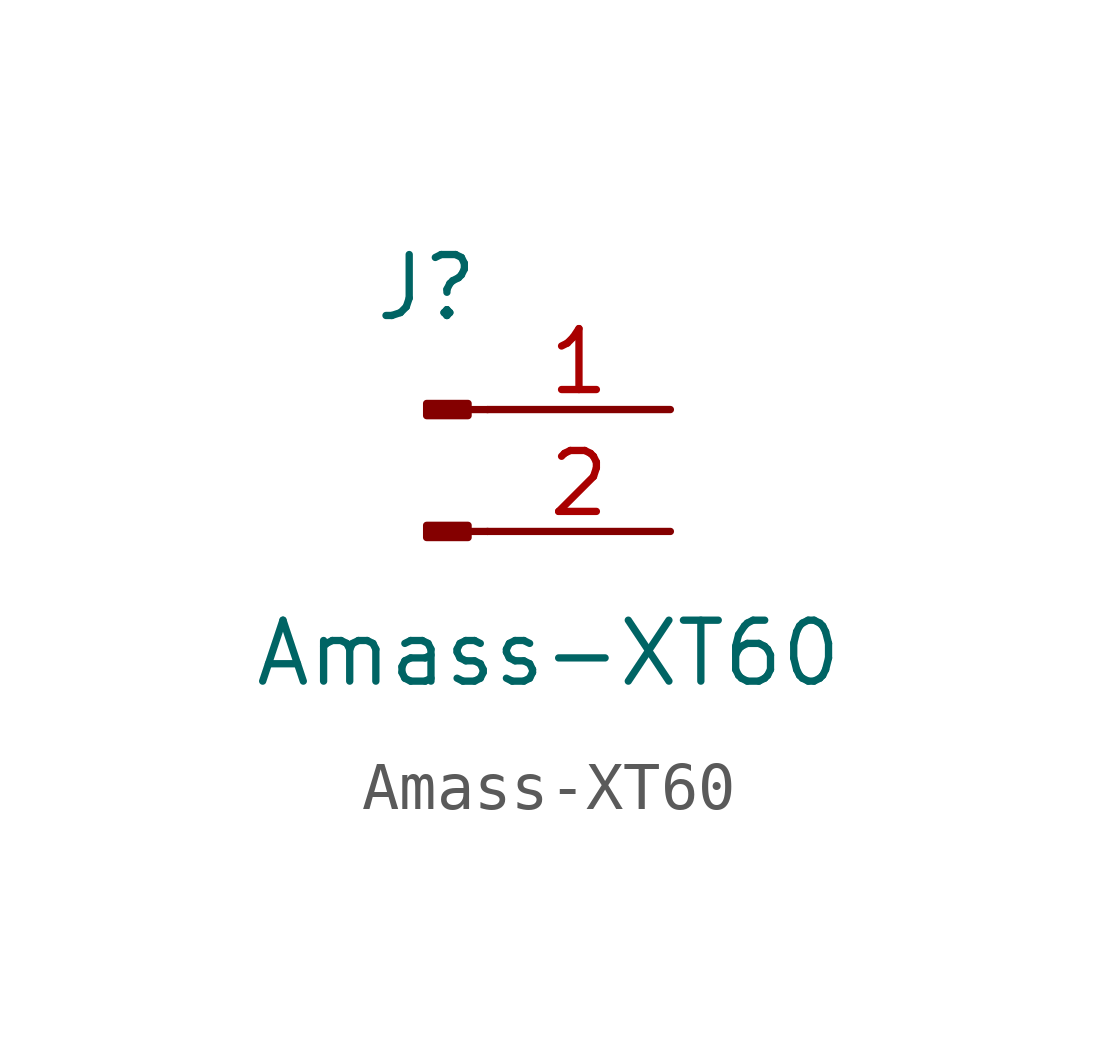
<source format=kicad_sym>
(kicad_symbol_lib
  (version 20220914)
  (generator kicad_symbol_editor)
  (symbol "Amass-XT60"
    (pin_names
      (offset 1.016) hide)
    (property "Reference" "J"
      (at -5.08 2.54 0)
      (effects (font (size 1.27 1.27))))
    (property "Value" "Amass-XT60"
      (at -2.54 -5.08 0)
      (effects (font (size 1.27 1.27))))
    (symbol "Amass-XT60_1_1"
      (rectangle (start -4.216 -2.413) (end -5.08 -2.667) (stroke (width 0.152) (type default)) (fill (type outline)))
      (rectangle (start -4.216 0.127) (end -5.08 -0.127) (stroke (width 0.152) (type default)) (fill (type outline)))
      (polyline (pts (xy -3.81 -2.54) (xy -4.216 -2.54)) (stroke (width 0.152) (type default)) (fill (type none)))
      (polyline (pts (xy -3.81 0) (xy -4.216 0)) (stroke (width 0.152) (type default)) (fill (type none)))
      (pin passive line (at 0 0 180) (length 3.81) (name "Pin_1" (effects (font (size 1.27 1.27)))) (number "1" (effects (font (size 1.27 1.27)))))
      (pin passive line (at 0 -2.54 180) (length 3.81) (name "Pin_2" (effects (font (size 1.27 1.27)))) (number "2" (effects (font (size 1.27 1.27))))))))
</source>
